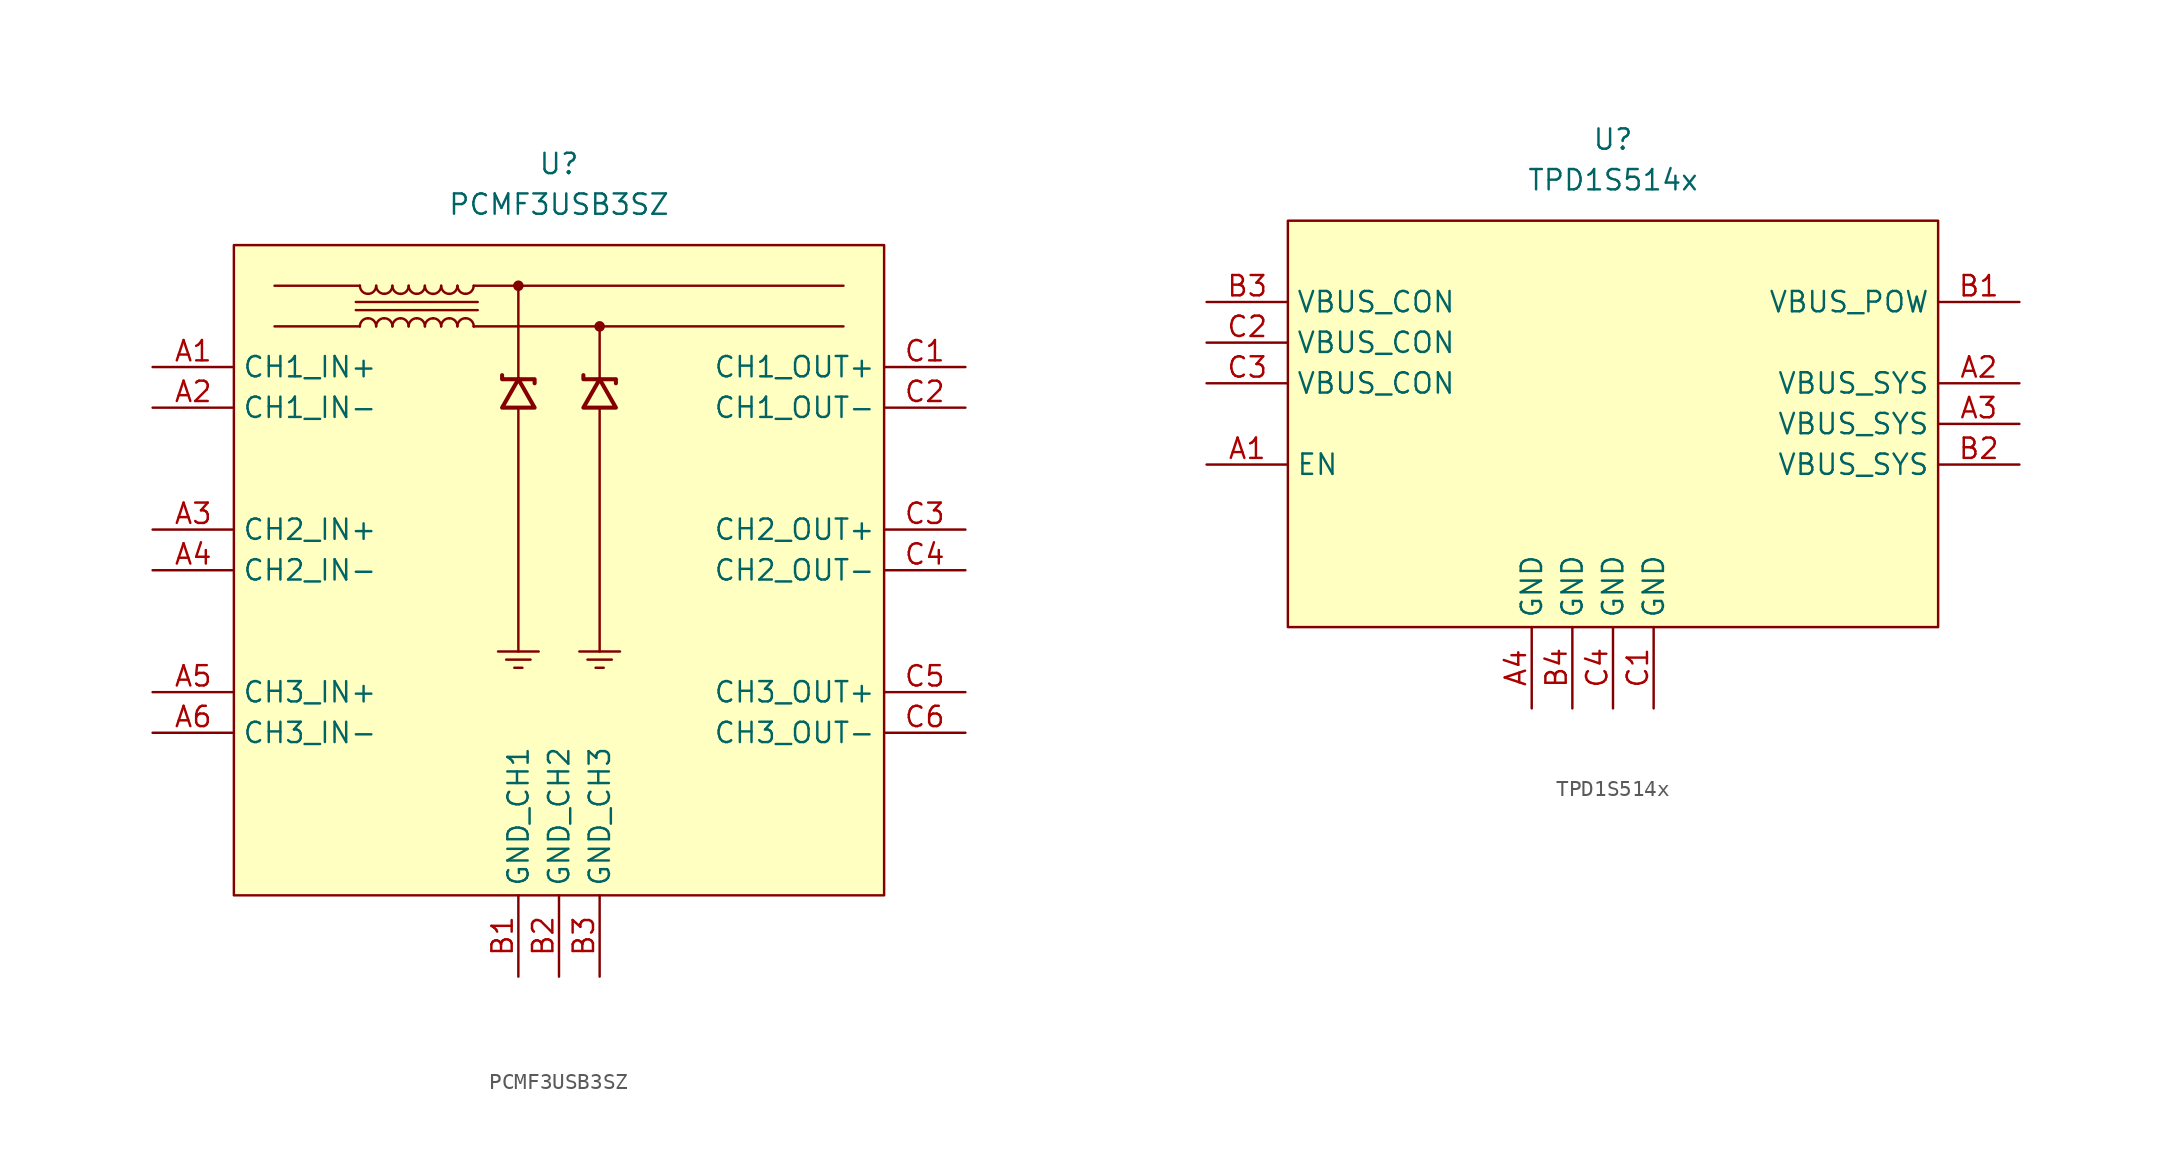
<source format=kicad_sym>
(kicad_symbol_lib
  (version 20211014)
  (generator kicad_symbol_editor)
  (symbol "PCMF3USB3SZ"
    (property "Reference" "U"
      (at 0 25.4 0)
      (effects (font (size 1.27 1.27))))
    (property "Value" "PCMF3USB3SZ"
      (at 0 22.86 0)
      (effects (font (size 1.27 1.27))))
    (symbol "PCMF3USB3SZ_0_1"
      (rectangle (start -20.32 20.32) (end 20.32 -20.32) (stroke (width 0) (type default) (color 0 0 0 0)) (fill (type background)))
      (arc (start -12.446 17.78) (mid -12.446 17.78) (end -12.446 17.78) (stroke (width 0) (type default) (color 0 0 0 0)) (fill (type none)))
      (arc (start -12.446 17.78) (mid -12.2972 17.4208) (end -11.938 17.272) (stroke (width 0) (type default) (color 0 0 0 0)) (fill (type none)))
      (arc (start -11.938 15.748) (mid -12.2972 15.5992) (end -12.446 15.24) (stroke (width 0) (type default) (color 0 0 0 0)) (fill (type none)))
      (arc (start -11.938 17.272) (mid -11.5788 17.4208) (end -11.43 17.78) (stroke (width 0) (type default) (color 0 0 0 0)) (fill (type none)))
      (arc (start -11.43 15.24) (mid -11.5788 15.5992) (end -11.938 15.748) (stroke (width 0) (type default) (color 0 0 0 0)) (fill (type none)))
      (arc (start -11.43 17.78) (mid -11.2812 17.4208) (end -10.922 17.272) (stroke (width 0) (type default) (color 0 0 0 0)) (fill (type none)))
      (arc (start -10.922 15.748) (mid -11.2812 15.5992) (end -11.43 15.24) (stroke (width 0) (type default) (color 0 0 0 0)) (fill (type none)))
      (arc (start -10.922 17.272) (mid -10.5628 17.4208) (end -10.414 17.78) (stroke (width 0) (type default) (color 0 0 0 0)) (fill (type none)))
      (arc (start -10.414 15.24) (mid -10.5628 15.5992) (end -10.922 15.748) (stroke (width 0) (type default) (color 0 0 0 0)) (fill (type none)))
      (arc (start -10.414 17.78) (mid -10.2652 17.4208) (end -9.906 17.272) (stroke (width 0) (type default) (color 0 0 0 0)) (fill (type none)))
      (arc (start -9.906 15.748) (mid -10.2652 15.5992) (end -10.414 15.24) (stroke (width 0) (type default) (color 0 0 0 0)) (fill (type none)))
      (arc (start -9.906 17.272) (mid -9.5468 17.4208) (end -9.398 17.78) (stroke (width 0) (type default) (color 0 0 0 0)) (fill (type none)))
      (arc (start -9.398 15.24) (mid -9.5468 15.5992) (end -9.906 15.748) (stroke (width 0) (type default) (color 0 0 0 0)) (fill (type none)))
      (arc (start -9.398 17.78) (mid -9.2492 17.4208) (end -8.89 17.272) (stroke (width 0) (type default) (color 0 0 0 0)) (fill (type none)))
      (arc (start -8.89 15.748) (mid -9.2492 15.5992) (end -9.398 15.24) (stroke (width 0) (type default) (color 0 0 0 0)) (fill (type none)))
      (arc (start -8.89 17.272) (mid -8.5308 17.4208) (end -8.382 17.78) (stroke (width 0) (type default) (color 0 0 0 0)) (fill (type none)))
      (arc (start -8.382 15.24) (mid -8.5308 15.5992) (end -8.89 15.748) (stroke (width 0) (type default) (color 0 0 0 0)) (fill (type none)))
      (arc (start -8.382 17.78) (mid -8.2332 17.4208) (end -7.874 17.272) (stroke (width 0) (type default) (color 0 0 0 0)) (fill (type none)))
      (arc (start -7.874 15.748) (mid -8.2332 15.5992) (end -8.382 15.24) (stroke (width 0) (type default) (color 0 0 0 0)) (fill (type none)))
      (arc (start -7.874 17.272) (mid -7.5148 17.4208) (end -7.366 17.78) (stroke (width 0) (type default) (color 0 0 0 0)) (fill (type none)))
      (arc (start -7.366 15.24) (mid -7.5148 15.5992) (end -7.874 15.748) (stroke (width 0) (type default) (color 0 0 0 0)) (fill (type none)))
      (arc (start -7.366 17.78) (mid -7.2172 17.4208) (end -6.858 17.272) (stroke (width 0) (type default) (color 0 0 0 0)) (fill (type none)))
      (arc (start -6.858 15.748) (mid -7.2172 15.5992) (end -7.366 15.24) (stroke (width 0) (type default) (color 0 0 0 0)) (fill (type none)))
      (arc (start -6.858 17.272) (mid -6.4988 17.4208) (end -6.35 17.78) (stroke (width 0) (type default) (color 0 0 0 0)) (fill (type none)))
      (arc (start -6.35 15.24) (mid -6.4988 15.5992) (end -6.858 15.748) (stroke (width 0) (type default) (color 0 0 0 0)) (fill (type none)))
      (arc (start -6.35 17.78) (mid -6.2012 17.4208) (end -5.842 17.272) (stroke (width 0) (type default) (color 0 0 0 0)) (fill (type none)))
      (arc (start -5.842 15.748) (mid -6.2012 15.5992) (end -6.35 15.24) (stroke (width 0) (type default) (color 0 0 0 0)) (fill (type none)))
      (arc (start -5.842 17.272) (mid -5.4828 17.4208) (end -5.334 17.78) (stroke (width 0) (type default) (color 0 0 0 0)) (fill (type none)))
      (arc (start -5.334 15.24) (mid -5.4828 15.5992) (end -5.842 15.748) (stroke (width 0) (type default) (color 0 0 0 0)) (fill (type none)))
      (arc (start -5.334 15.24) (mid -5.334 15.24) (end -5.334 15.24) (stroke (width 0) (type default) (color 0 0 0 0)) (fill (type none)))
      (circle (center -2.54 17.78) (radius 0.254) (stroke (width 0) (type default) (color 0 0 0 0)) (fill (type outline)))
      (polyline (pts (xy -17.78 15.24) (xy -12.446 15.24)) (stroke (width 0) (type default) (color 0 0 0 0)) (fill (type none)))
      (polyline (pts (xy -17.78 17.78) (xy -12.446 17.78)) (stroke (width 0) (type default) (color 0 0 0 0)) (fill (type none)))
      (polyline (pts (xy -12.7 16.256) (xy -5.08 16.256)) (stroke (width 0) (type default) (color 0 0 0 0)) (fill (type none)))
      (polyline (pts (xy -12.7 16.764) (xy -5.08 16.764)) (stroke (width 0) (type default) (color 0 0 0 0)) (fill (type none)))
      (polyline (pts (xy -5.334 15.24) (xy 17.78 15.24)) (stroke (width 0) (type default) (color 0 0 0 0)) (fill (type none)))
      (polyline (pts (xy -5.334 17.78) (xy 17.78 17.78)) (stroke (width 0) (type default) (color 0 0 0 0)) (fill (type none)))
      (polyline (pts (xy -3.81 -5.08) (xy -1.27 -5.08)) (stroke (width 0) (type default) (color 0 0 0 0)) (fill (type none)))
      (polyline (pts (xy -3.302 -5.588) (xy -1.778 -5.588)) (stroke (width 0) (type default) (color 0 0 0 0)) (fill (type none)))
      (polyline (pts (xy -2.794 -6.096) (xy -2.286 -6.096)) (stroke (width 0) (type default) (color 0 0 0 0)) (fill (type none)))
      (polyline (pts (xy -2.54 10.16) (xy -2.54 -5.08)) (stroke (width 0) (type default) (color 0 0 0 0)) (fill (type none)))
      (polyline (pts (xy -2.54 17.78) (xy -2.54 11.938)) (stroke (width 0) (type default) (color 0 0 0 0)) (fill (type none)))
      (polyline (pts (xy 1.27 -5.08) (xy 3.81 -5.08)) (stroke (width 0) (type default) (color 0 0 0 0)) (fill (type none)))
      (polyline (pts (xy 1.778 -5.588) (xy 3.302 -5.588)) (stroke (width 0) (type default) (color 0 0 0 0)) (fill (type none)))
      (polyline (pts (xy 2.286 -6.096) (xy 2.794 -6.096)) (stroke (width 0) (type default) (color 0 0 0 0)) (fill (type none)))
      (polyline (pts (xy 2.54 10.16) (xy 2.54 -5.08)) (stroke (width 0) (type default) (color 0 0 0 0)) (fill (type none)))
      (polyline (pts (xy 2.54 15.24) (xy 2.54 11.938)) (stroke (width 0) (type default) (color 0 0 0 0)) (fill (type none)))
      (polyline (pts (xy -2.54 11.938) (xy -3.556 11.938) (xy -3.556 12.192)) (stroke (width 0.254) (type default) (color 0 0 0 0)) (fill (type none)))
      (polyline (pts (xy -2.54 11.938) (xy -1.524 11.938) (xy -1.524 11.684)) (stroke (width 0.254) (type default) (color 0 0 0 0)) (fill (type none)))
      (polyline (pts (xy 2.54 11.938) (xy 1.524 11.938) (xy 1.524 12.192)) (stroke (width 0.254) (type default) (color 0 0 0 0)) (fill (type none)))
      (polyline (pts (xy 2.54 11.938) (xy 3.556 11.938) (xy 3.556 11.684)) (stroke (width 0.254) (type default) (color 0 0 0 0)) (fill (type none)))
      (polyline (pts (xy -2.54 11.938) (xy -3.556 10.16) (xy -1.524 10.16) (xy -2.54 11.938)) (stroke (width 0.254) (type default) (color 0 0 0 0)) (fill (type none)))
      (polyline (pts (xy 2.54 11.938) (xy 1.524 10.16) (xy 3.556 10.16) (xy 2.54 11.938)) (stroke (width 0.254) (type default) (color 0 0 0 0)) (fill (type none)))
      (circle (center 2.54 15.24) (radius 0.254) (stroke (width 0) (type default) (color 0 0 0 0)) (fill (type outline))))
    (symbol "PCMF3USB3SZ_1_1"
      (pin input line (at -25.4 12.7 0) (length 5.08) (name "CH1_IN+" (effects (font (size 1.27 1.27)))) (number "A1" (effects (font (size 1.27 1.27)))))
      (pin input line (at -25.4 10.16 0) (length 5.08) (name "CH1_IN-" (effects (font (size 1.27 1.27)))) (number "A2" (effects (font (size 1.27 1.27)))))
      (pin input line (at -25.4 2.54 0) (length 5.08) (name "CH2_IN+" (effects (font (size 1.27 1.27)))) (number "A3" (effects (font (size 1.27 1.27)))))
      (pin input line (at -25.4 0 0) (length 5.08) (name "CH2_IN-" (effects (font (size 1.27 1.27)))) (number "A4" (effects (font (size 1.27 1.27)))))
      (pin input line (at -25.4 -7.62 0) (length 5.08) (name "CH3_IN+" (effects (font (size 1.27 1.27)))) (number "A5" (effects (font (size 1.27 1.27)))))
      (pin input line (at -25.4 -10.16 0) (length 5.08) (name "CH3_IN-" (effects (font (size 1.27 1.27)))) (number "A6" (effects (font (size 1.27 1.27)))))
      (pin power_in line (at -2.54 -25.4 90) (length 5.08) (name "GND_CH1" (effects (font (size 1.27 1.27)))) (number "B1" (effects (font (size 1.27 1.27)))))
      (pin power_in line (at 0 -25.4 90) (length 5.08) (name "GND_CH2" (effects (font (size 1.27 1.27)))) (number "B2" (effects (font (size 1.27 1.27)))))
      (pin power_in line (at 2.54 -25.4 90) (length 5.08) (name "GND_CH3" (effects (font (size 1.27 1.27)))) (number "B3" (effects (font (size 1.27 1.27)))))
      (pin output line (at 25.4 12.7 180) (length 5.08) (name "CH1_OUT+" (effects (font (size 1.27 1.27)))) (number "C1" (effects (font (size 1.27 1.27)))))
      (pin output line (at 25.4 10.16 180) (length 5.08) (name "CH1_OUT-" (effects (font (size 1.27 1.27)))) (number "C2" (effects (font (size 1.27 1.27)))))
      (pin output line (at 25.4 2.54 180) (length 5.08) (name "CH2_OUT+" (effects (font (size 1.27 1.27)))) (number "C3" (effects (font (size 1.27 1.27)))))
      (pin output line (at 25.4 0 180) (length 5.08) (name "CH2_OUT-" (effects (font (size 1.27 1.27)))) (number "C4" (effects (font (size 1.27 1.27)))))
      (pin output line (at 25.4 -7.62 180) (length 5.08) (name "CH3_OUT+" (effects (font (size 1.27 1.27)))) (number "C5" (effects (font (size 1.27 1.27)))))
      (pin output line (at 25.4 -10.16 180) (length 5.08) (name "CH3_OUT-" (effects (font (size 1.27 1.27)))) (number "C6" (effects (font (size 1.27 1.27)))))))
  (symbol "TPD1S514x"
    (property "Reference" "U"
      (at 0 15.24 0)
      (effects (font (size 1.27 1.27))))
    (property "Value" "TPD1S514x"
      (at 0 12.7 0)
      (effects (font (size 1.27 1.27))))
    (symbol "TPD1S514x_0_1"
      (rectangle (start -20.32 10.16) (end 20.32 -15.24) (stroke (width 0) (type default) (color 0 0 0 0)) (fill (type background))))
    (symbol "TPD1S514x_1_1"
      (pin input line (at -25.4 -5.08 0) (length 5.08) (name "EN" (effects (font (size 1.27 1.27)))) (number "A1" (effects (font (size 1.27 1.27)))))
      (pin power_out line (at 25.4 0 180) (length 5.08) (name "VBUS_SYS" (effects (font (size 1.27 1.27)))) (number "A2" (effects (font (size 1.27 1.27)))))
      (pin power_out line (at 25.4 -2.54 180) (length 5.08) (name "VBUS_SYS" (effects (font (size 1.27 1.27)))) (number "A3" (effects (font (size 1.27 1.27)))))
      (pin power_in line (at -5.08 -20.32 90) (length 5.08) (name "GND" (effects (font (size 1.27 1.27)))) (number "A4" (effects (font (size 1.27 1.27)))))
      (pin power_out line (at 25.4 5.08 180) (length 5.08) (name "VBUS_POW" (effects (font (size 1.27 1.27)))) (number "B1" (effects (font (size 1.27 1.27)))))
      (pin power_out line (at 25.4 -5.08 180) (length 5.08) (name "VBUS_SYS" (effects (font (size 1.27 1.27)))) (number "B2" (effects (font (size 1.27 1.27)))))
      (pin power_in line (at -25.4 5.08 0) (length 5.08) (name "VBUS_CON" (effects (font (size 1.27 1.27)))) (number "B3" (effects (font (size 1.27 1.27)))))
      (pin power_in line (at -2.54 -20.32 90) (length 5.08) (name "GND" (effects (font (size 1.27 1.27)))) (number "B4" (effects (font (size 1.27 1.27)))))
      (pin power_in line (at 2.54 -20.32 90) (length 5.08) (name "GND" (effects (font (size 1.27 1.27)))) (number "C1" (effects (font (size 1.27 1.27)))))
      (pin power_in line (at -25.4 2.54 0) (length 5.08) (name "VBUS_CON" (effects (font (size 1.27 1.27)))) (number "C2" (effects (font (size 1.27 1.27)))))
      (pin power_in line (at -25.4 0 0) (length 5.08) (name "VBUS_CON" (effects (font (size 1.27 1.27)))) (number "C3" (effects (font (size 1.27 1.27)))))
      (pin power_in line (at 0 -20.32 90) (length 5.08) (name "GND" (effects (font (size 1.27 1.27)))) (number "C4" (effects (font (size 1.27 1.27))))))))
</source>
